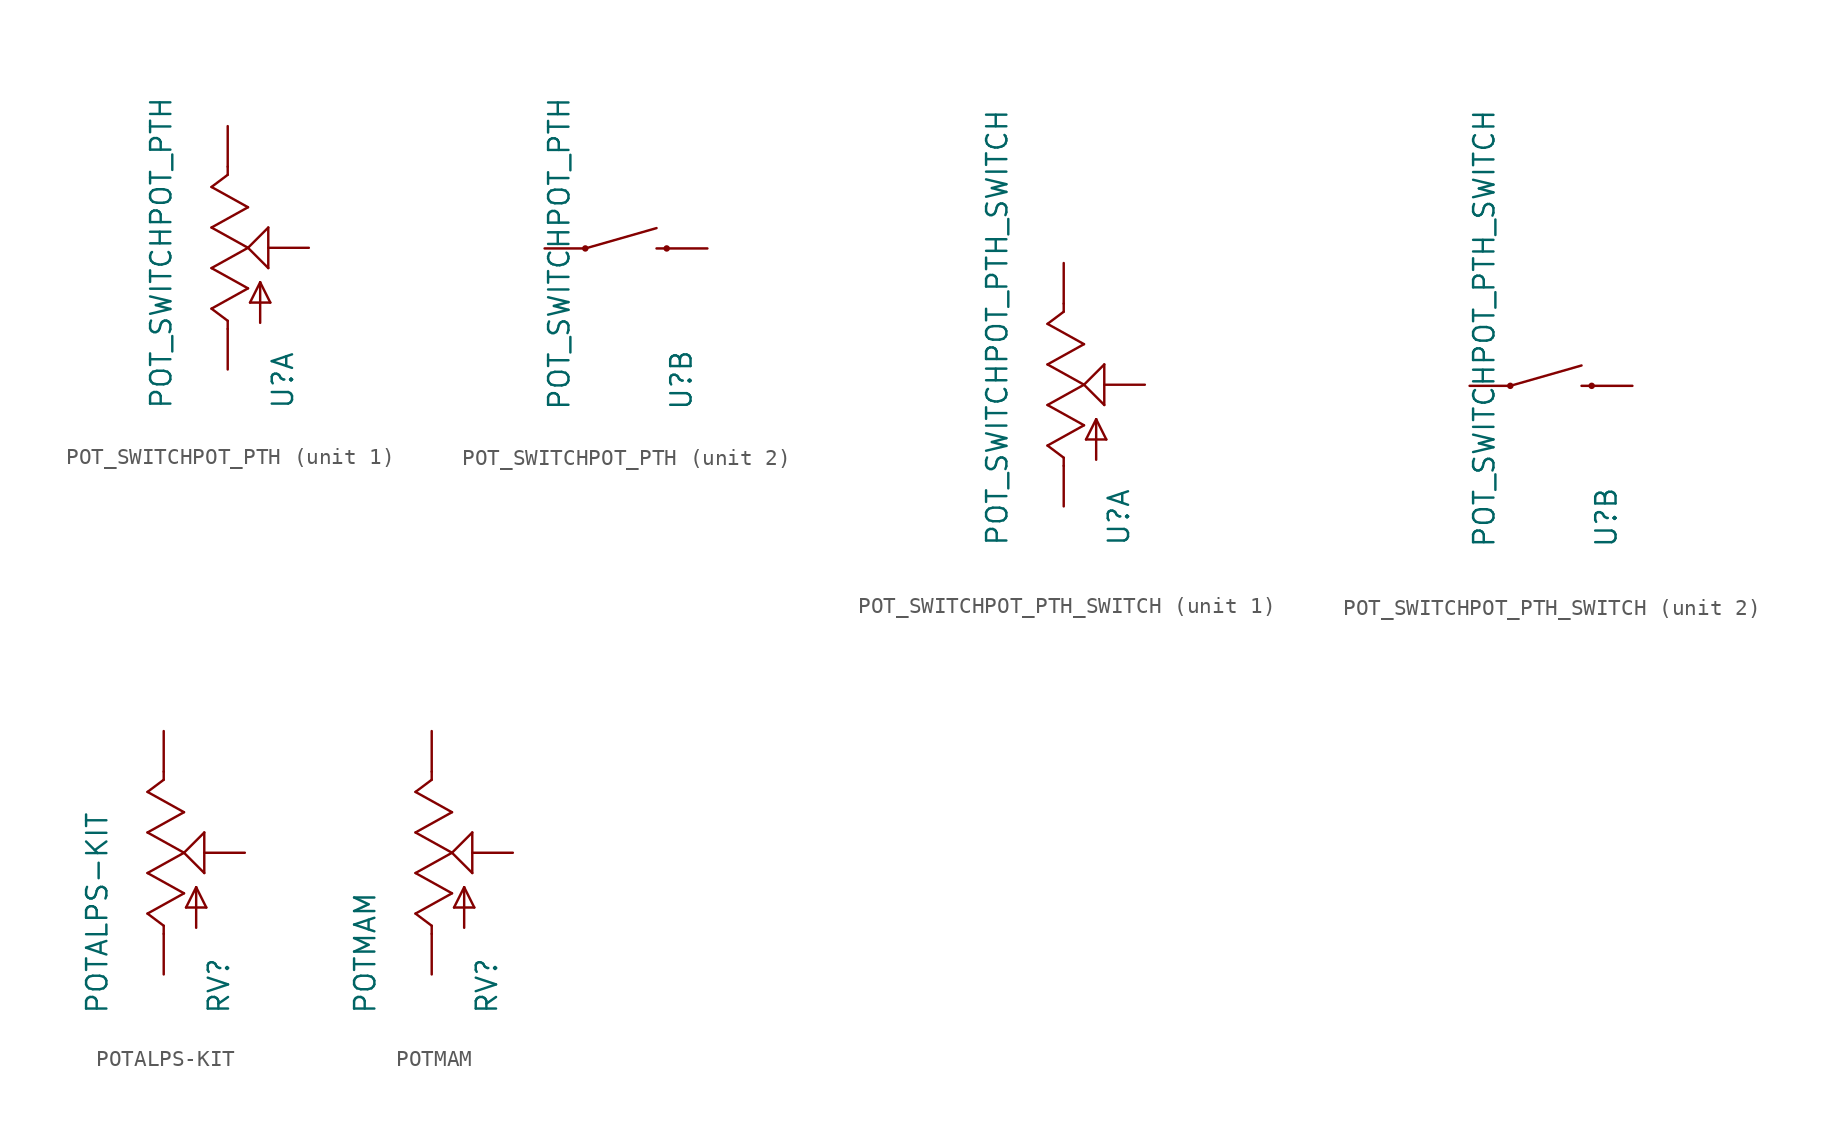
<source format=kicad_sym>
(kicad_symbol_lib
  (version 20220914)
  (generator kicad_symbol_editor)
  (symbol "POT_SWITCHPOT_PTH"
    (pin_numbers hide)
    (pin_names
      (offset 1.016) hide)
    (property "Reference" "U"
      (at 4.191 -10.16 90)
      (effects (font (size 1.27 1.27)) (justify left bottom)))
    (property "Value" "POT_SWITCHPOT_PTH"
      (at -3.429 -10.16 90)
      (effects (font (size 1.27 1.27)) (justify left bottom)))
    (property "ki_locked" ""
      (at 0 0 0)
      (effects (font (size 1.27 1.27))))
    (symbol "POT_SWITCHPOT_PTH_1_0"
      (polyline (pts (xy -1.016 -3.81) (xy 1.27 -2.54)) (stroke (width 0) (type solid)) (fill (type none)))
      (polyline (pts (xy -1.016 -1.27) (xy 1.27 0)) (stroke (width 0) (type solid)) (fill (type none)))
      (polyline (pts (xy -1.016 1.27) (xy 1.27 2.54)) (stroke (width 0) (type solid)) (fill (type none)))
      (polyline (pts (xy -1.016 3.81) (xy 0 4.572)) (stroke (width 0) (type solid)) (fill (type none)))
      (polyline (pts (xy 0 -5.08) (xy 0 -4.572)) (stroke (width 0) (type solid)) (fill (type none)))
      (polyline (pts (xy 0 -4.572) (xy -1.016 -3.81)) (stroke (width 0) (type solid)) (fill (type none)))
      (polyline (pts (xy 0 4.572) (xy 0 5.08)) (stroke (width 0) (type solid)) (fill (type none)))
      (polyline (pts (xy 1.27 -2.54) (xy -1.016 -1.27)) (stroke (width 0) (type solid)) (fill (type none)))
      (polyline (pts (xy 1.27 0) (xy -1.016 1.27)) (stroke (width 0) (type solid)) (fill (type none)))
      (polyline (pts (xy 1.27 0) (xy 2.54 1.27)) (stroke (width 0) (type solid)) (fill (type none)))
      (polyline (pts (xy 1.27 2.54) (xy -1.016 3.81)) (stroke (width 0) (type solid)) (fill (type none)))
      (polyline (pts (xy 1.397 -3.429) (xy 2.032 -2.159)) (stroke (width 0) (type solid)) (fill (type none)))
      (polyline (pts (xy 2.032 -4.699) (xy 2.032 -2.159)) (stroke (width 0) (type solid)) (fill (type none)))
      (polyline (pts (xy 2.032 -2.159) (xy 2.667 -3.429)) (stroke (width 0) (type solid)) (fill (type none)))
      (polyline (pts (xy 2.54 -1.27) (xy 1.27 0)) (stroke (width 0) (type solid)) (fill (type none)))
      (polyline (pts (xy 2.54 1.27) (xy 2.54 -1.27)) (stroke (width 0) (type solid)) (fill (type none)))
      (polyline (pts (xy 2.667 -3.429) (xy 1.397 -3.429)) (stroke (width 0) (type solid)) (fill (type none))))
    (symbol "POT_SWITCHPOT_PTH_1_1"
      (pin passive line (at 0 -7.62 90) (length 2.54) (name "A" (effects (font (size 1.016 1.016)))) (number "E@1" (effects (font (size 1.016 1.016)))))
      (pin passive line (at 0 7.62 270) (length 2.54) (name "E" (effects (font (size 1.016 1.016)))) (number "E@2" (effects (font (size 1.016 1.016)))))
      (pin passive line (at 5.08 0 180) (length 2.54) (name "S" (effects (font (size 1.016 1.016)))) (number "WAND" (effects (font (size 1.016 1.016))))))
    (symbol "POT_SWITCHPOT_PTH_2_0"
      (polyline (pts (xy -2.54 0) (xy 1.905 1.27)) (stroke (width 0) (type solid)) (fill (type none)))
      (polyline (pts (xy 1.905 0) (xy 2.54 0)) (stroke (width 0) (type solid)) (fill (type none))))
    (symbol "POT_SWITCHPOT_PTH_2_1"
      (circle (center -2.54 0) (radius 0.127) (stroke (width 0) (type solid)) (fill (type outline)))
      (circle (center 2.54 0) (radius 0.127) (stroke (width 0) (type solid)) (fill (type outline)))
      (pin passive line (at -5.08 0 0) (length 2.54) (name "1" (effects (font (size 1.016 1.016)))) (number "S1" (effects (font (size 1.016 1.016)))))
      (pin passive line (at 5.08 0 180) (length 2.54) (name "2" (effects (font (size 1.016 1.016)))) (number "S2" (effects (font (size 1.016 1.016)))))))
  (symbol "POT_SWITCHPOT_PTH_SWITCH"
    (pin_numbers hide)
    (pin_names
      (offset 1.016) hide)
    (property "Reference" "U"
      (at 4.191 -10.16 90)
      (effects (font (size 1.27 1.27)) (justify left bottom)))
    (property "Value" "POT_SWITCHPOT_PTH_SWITCH"
      (at -3.429 -10.16 90)
      (effects (font (size 1.27 1.27)) (justify left bottom)))
    (property "ki_locked" ""
      (at 0 0 0)
      (effects (font (size 1.27 1.27))))
    (symbol "POT_SWITCHPOT_PTH_SWITCH_1_0"
      (polyline (pts (xy -1.016 -3.81) (xy 1.27 -2.54)) (stroke (width 0) (type solid)) (fill (type none)))
      (polyline (pts (xy -1.016 -1.27) (xy 1.27 0)) (stroke (width 0) (type solid)) (fill (type none)))
      (polyline (pts (xy -1.016 1.27) (xy 1.27 2.54)) (stroke (width 0) (type solid)) (fill (type none)))
      (polyline (pts (xy -1.016 3.81) (xy 0 4.572)) (stroke (width 0) (type solid)) (fill (type none)))
      (polyline (pts (xy 0 -5.08) (xy 0 -4.572)) (stroke (width 0) (type solid)) (fill (type none)))
      (polyline (pts (xy 0 -4.572) (xy -1.016 -3.81)) (stroke (width 0) (type solid)) (fill (type none)))
      (polyline (pts (xy 0 4.572) (xy 0 5.08)) (stroke (width 0) (type solid)) (fill (type none)))
      (polyline (pts (xy 1.27 -2.54) (xy -1.016 -1.27)) (stroke (width 0) (type solid)) (fill (type none)))
      (polyline (pts (xy 1.27 0) (xy -1.016 1.27)) (stroke (width 0) (type solid)) (fill (type none)))
      (polyline (pts (xy 1.27 0) (xy 2.54 1.27)) (stroke (width 0) (type solid)) (fill (type none)))
      (polyline (pts (xy 1.27 2.54) (xy -1.016 3.81)) (stroke (width 0) (type solid)) (fill (type none)))
      (polyline (pts (xy 1.397 -3.429) (xy 2.032 -2.159)) (stroke (width 0) (type solid)) (fill (type none)))
      (polyline (pts (xy 2.032 -4.699) (xy 2.032 -2.159)) (stroke (width 0) (type solid)) (fill (type none)))
      (polyline (pts (xy 2.032 -2.159) (xy 2.667 -3.429)) (stroke (width 0) (type solid)) (fill (type none)))
      (polyline (pts (xy 2.54 -1.27) (xy 1.27 0)) (stroke (width 0) (type solid)) (fill (type none)))
      (polyline (pts (xy 2.54 1.27) (xy 2.54 -1.27)) (stroke (width 0) (type solid)) (fill (type none)))
      (polyline (pts (xy 2.667 -3.429) (xy 1.397 -3.429)) (stroke (width 0) (type solid)) (fill (type none))))
    (symbol "POT_SWITCHPOT_PTH_SWITCH_1_1"
      (pin passive line (at 0 -7.62 90) (length 2.54) (name "A" (effects (font (size 1.016 1.016)))) (number "1" (effects (font (size 1.016 1.016)))))
      (pin passive line (at 5.08 0 180) (length 2.54) (name "S" (effects (font (size 1.016 1.016)))) (number "2" (effects (font (size 1.016 1.016)))))
      (pin passive line (at 0 7.62 270) (length 2.54) (name "E" (effects (font (size 1.016 1.016)))) (number "3" (effects (font (size 1.016 1.016))))))
    (symbol "POT_SWITCHPOT_PTH_SWITCH_2_0"
      (polyline (pts (xy -2.54 0) (xy 1.905 1.27)) (stroke (width 0) (type solid)) (fill (type none)))
      (polyline (pts (xy 1.905 0) (xy 2.54 0)) (stroke (width 0) (type solid)) (fill (type none))))
    (symbol "POT_SWITCHPOT_PTH_SWITCH_2_1"
      (circle (center -2.54 0) (radius 0.127) (stroke (width 0) (type solid)) (fill (type outline)))
      (circle (center 2.54 0) (radius 0.127) (stroke (width 0) (type solid)) (fill (type outline)))
      (pin passive line (at -5.08 0 0) (length 2.54) (name "1" (effects (font (size 1.016 1.016)))) (number "S1" (effects (font (size 1.016 1.016)))))
      (pin passive line (at 5.08 0 180) (length 2.54) (name "2" (effects (font (size 1.016 1.016)))) (number "S2" (effects (font (size 1.016 1.016)))))))
  (symbol "POTALPS-KIT"
    (pin_numbers hide)
    (pin_names
      (offset 1.016) hide)
    (property "Reference" "RV"
      (at 4.191 -10.16 90)
      (effects (font (size 1.27 1.27)) (justify left bottom)))
    (property "Value" "POTALPS-KIT"
      (at -3.429 -10.16 90)
      (effects (font (size 1.27 1.27)) (justify left bottom)))
    (property "ki_locked" ""
      (at 0 0 0)
      (effects (font (size 1.27 1.27))))
    (symbol "POTALPS-KIT_1_0"
      (polyline (pts (xy -1.016 -3.81) (xy 1.27 -2.54)) (stroke (width 0) (type solid)) (fill (type none)))
      (polyline (pts (xy -1.016 -1.27) (xy 1.27 0)) (stroke (width 0) (type solid)) (fill (type none)))
      (polyline (pts (xy -1.016 1.27) (xy 1.27 2.54)) (stroke (width 0) (type solid)) (fill (type none)))
      (polyline (pts (xy -1.016 3.81) (xy 0 4.572)) (stroke (width 0) (type solid)) (fill (type none)))
      (polyline (pts (xy 0 -5.08) (xy 0 -4.572)) (stroke (width 0) (type solid)) (fill (type none)))
      (polyline (pts (xy 0 -4.572) (xy -1.016 -3.81)) (stroke (width 0) (type solid)) (fill (type none)))
      (polyline (pts (xy 0 4.572) (xy 0 5.08)) (stroke (width 0) (type solid)) (fill (type none)))
      (polyline (pts (xy 1.27 -2.54) (xy -1.016 -1.27)) (stroke (width 0) (type solid)) (fill (type none)))
      (polyline (pts (xy 1.27 0) (xy -1.016 1.27)) (stroke (width 0) (type solid)) (fill (type none)))
      (polyline (pts (xy 1.27 0) (xy 2.54 1.27)) (stroke (width 0) (type solid)) (fill (type none)))
      (polyline (pts (xy 1.27 2.54) (xy -1.016 3.81)) (stroke (width 0) (type solid)) (fill (type none)))
      (polyline (pts (xy 1.397 -3.429) (xy 2.032 -2.159)) (stroke (width 0) (type solid)) (fill (type none)))
      (polyline (pts (xy 2.032 -4.699) (xy 2.032 -2.159)) (stroke (width 0) (type solid)) (fill (type none)))
      (polyline (pts (xy 2.032 -2.159) (xy 2.667 -3.429)) (stroke (width 0) (type solid)) (fill (type none)))
      (polyline (pts (xy 2.54 -1.27) (xy 1.27 0)) (stroke (width 0) (type solid)) (fill (type none)))
      (polyline (pts (xy 2.54 1.27) (xy 2.54 -1.27)) (stroke (width 0) (type solid)) (fill (type none)))
      (polyline (pts (xy 2.667 -3.429) (xy 1.397 -3.429)) (stroke (width 0) (type solid)) (fill (type none))))
    (symbol "POTALPS-KIT_1_1"
      (pin passive line (at 0 7.62 270) (length 2.54) (name "E" (effects (font (size 1.016 1.016)))) (number "P$1" (effects (font (size 1.016 1.016)))))
      (pin passive line (at 5.08 0 180) (length 2.54) (name "S" (effects (font (size 1.016 1.016)))) (number "P$2" (effects (font (size 1.016 1.016)))))
      (pin passive line (at 0 -7.62 90) (length 2.54) (name "A" (effects (font (size 1.016 1.016)))) (number "P$3" (effects (font (size 1.016 1.016)))))))
  (symbol "POTMAM"
    (pin_numbers hide)
    (pin_names
      (offset 1.016) hide)
    (property "Reference" "RV"
      (at 4.191 -10.16 90)
      (effects (font (size 1.27 1.27)) (justify left bottom)))
    (property "Value" "POTMAM"
      (at -3.429 -10.16 90)
      (effects (font (size 1.27 1.27)) (justify left bottom)))
    (property "ki_locked" ""
      (at 0 0 0)
      (effects (font (size 1.27 1.27))))
    (symbol "POTMAM_1_0"
      (polyline (pts (xy -1.016 -3.81) (xy 1.27 -2.54)) (stroke (width 0) (type solid)) (fill (type none)))
      (polyline (pts (xy -1.016 -1.27) (xy 1.27 0)) (stroke (width 0) (type solid)) (fill (type none)))
      (polyline (pts (xy -1.016 1.27) (xy 1.27 2.54)) (stroke (width 0) (type solid)) (fill (type none)))
      (polyline (pts (xy -1.016 3.81) (xy 0 4.572)) (stroke (width 0) (type solid)) (fill (type none)))
      (polyline (pts (xy 0 -5.08) (xy 0 -4.572)) (stroke (width 0) (type solid)) (fill (type none)))
      (polyline (pts (xy 0 -4.572) (xy -1.016 -3.81)) (stroke (width 0) (type solid)) (fill (type none)))
      (polyline (pts (xy 0 4.572) (xy 0 5.08)) (stroke (width 0) (type solid)) (fill (type none)))
      (polyline (pts (xy 1.27 -2.54) (xy -1.016 -1.27)) (stroke (width 0) (type solid)) (fill (type none)))
      (polyline (pts (xy 1.27 0) (xy -1.016 1.27)) (stroke (width 0) (type solid)) (fill (type none)))
      (polyline (pts (xy 1.27 0) (xy 2.54 1.27)) (stroke (width 0) (type solid)) (fill (type none)))
      (polyline (pts (xy 1.27 2.54) (xy -1.016 3.81)) (stroke (width 0) (type solid)) (fill (type none)))
      (polyline (pts (xy 1.397 -3.429) (xy 2.032 -2.159)) (stroke (width 0) (type solid)) (fill (type none)))
      (polyline (pts (xy 2.032 -4.699) (xy 2.032 -2.159)) (stroke (width 0) (type solid)) (fill (type none)))
      (polyline (pts (xy 2.032 -2.159) (xy 2.667 -3.429)) (stroke (width 0) (type solid)) (fill (type none)))
      (polyline (pts (xy 2.54 -1.27) (xy 1.27 0)) (stroke (width 0) (type solid)) (fill (type none)))
      (polyline (pts (xy 2.54 1.27) (xy 2.54 -1.27)) (stroke (width 0) (type solid)) (fill (type none)))
      (polyline (pts (xy 2.667 -3.429) (xy 1.397 -3.429)) (stroke (width 0) (type solid)) (fill (type none))))
    (symbol "POTMAM_1_1"
      (pin passive line (at 5.08 0 180) (length 2.54) (name "S" (effects (font (size 1.016 1.016)))) (number "P$1" (effects (font (size 1.016 1.016)))))
      (pin passive line (at 0 -7.62 90) (length 2.54) (name "A" (effects (font (size 1.016 1.016)))) (number "P$2" (effects (font (size 1.016 1.016)))))
      (pin passive line (at 0 7.62 270) (length 2.54) (name "E" (effects (font (size 1.016 1.016)))) (number "P$3" (effects (font (size 1.016 1.016))))))))
</source>
